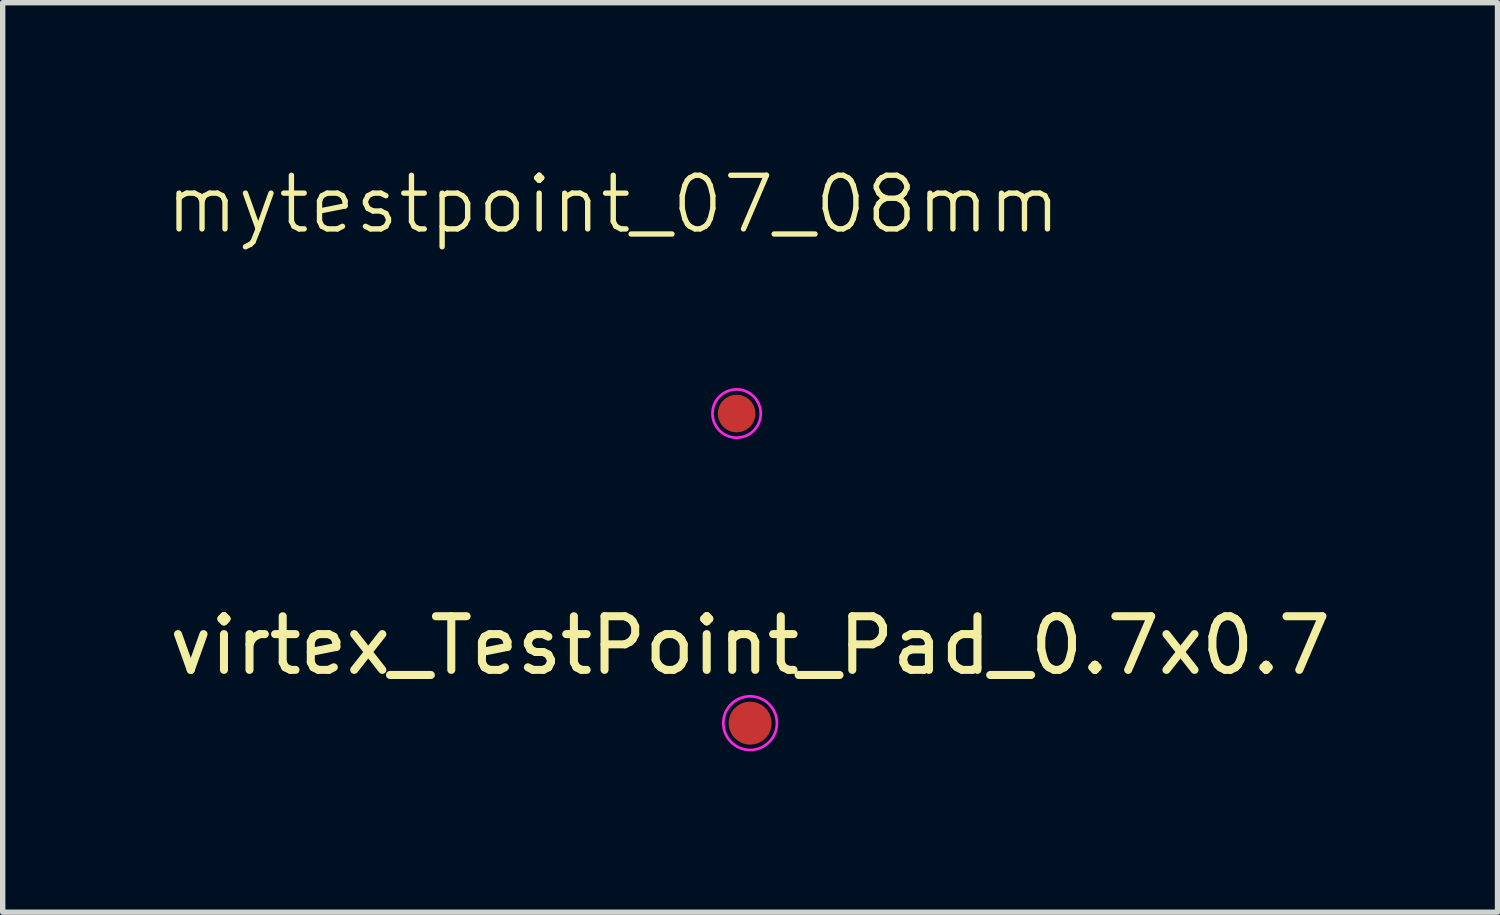
<source format=kicad_pcb>
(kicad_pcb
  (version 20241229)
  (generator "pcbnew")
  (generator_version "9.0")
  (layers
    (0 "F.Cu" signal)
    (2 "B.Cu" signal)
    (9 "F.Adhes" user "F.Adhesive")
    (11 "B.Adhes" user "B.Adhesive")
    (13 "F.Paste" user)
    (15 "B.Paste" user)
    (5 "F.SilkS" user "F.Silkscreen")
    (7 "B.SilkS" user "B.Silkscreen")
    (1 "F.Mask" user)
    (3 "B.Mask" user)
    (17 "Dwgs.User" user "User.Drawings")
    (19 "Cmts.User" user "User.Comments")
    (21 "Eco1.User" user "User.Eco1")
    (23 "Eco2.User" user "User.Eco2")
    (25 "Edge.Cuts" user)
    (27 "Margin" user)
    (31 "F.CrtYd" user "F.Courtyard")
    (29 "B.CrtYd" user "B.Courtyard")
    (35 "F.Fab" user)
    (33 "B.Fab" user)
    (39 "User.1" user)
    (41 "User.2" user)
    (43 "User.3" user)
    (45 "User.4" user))
  (footprint "mytestpoint_07_08mm"
    (layer "F.Cu")
    (at 10.683 4.66)
    (property "Reference" "mytestpoint_07_08mm" (at -2.3 -3.9 0) (unlocked yes) (layer "F.SilkS") (effects (font (size 1 1) (thickness 0.1))))
    (attr smd)
    (fp_circle (center 0 0) (end 0.45 0) (stroke (width 0.05) (type solid)) (fill no) (layer "F.CrtYd"))
    (pad "1" smd circle (at 0 0) (size 0.7 0.7) (layers "*.Mask" "F.Cu")))
  (footprint "virtex_TestPoint_Pad_0.7x0.7"
    (layer "F.Cu")
    (at 10.935 10.432)
    (property "Reference" "virtex_TestPoint_Pad_0.7x0.7" (at 0 -1.448 0) (layer "F.SilkS") (effects (font (size 1 1) (thickness 0.15))))
    (attr exclude_from_pos_files exclude_from_bom)
    (fp_circle (center 0 0) (end 0.3 0) (stroke (width 0.2) (type solid)) (fill yes) (layer "F.Cu"))
    (fp_circle (center 0 0) (end 0.4 0) (stroke (width 0.1) (type solid)) (fill yes) (layer "F.Mask"))
    (fp_circle (center 0 0) (end 0.5 0) (stroke (width 0.05) (type default)) (fill no) (layer "F.CrtYd")))
  (gr_rect
    (start -3 -3)
    (end 24.869 13.957)
    (stroke (width 0.1) (type default))
    (fill no)
    (layer "Edge.Cuts")))
</source>
